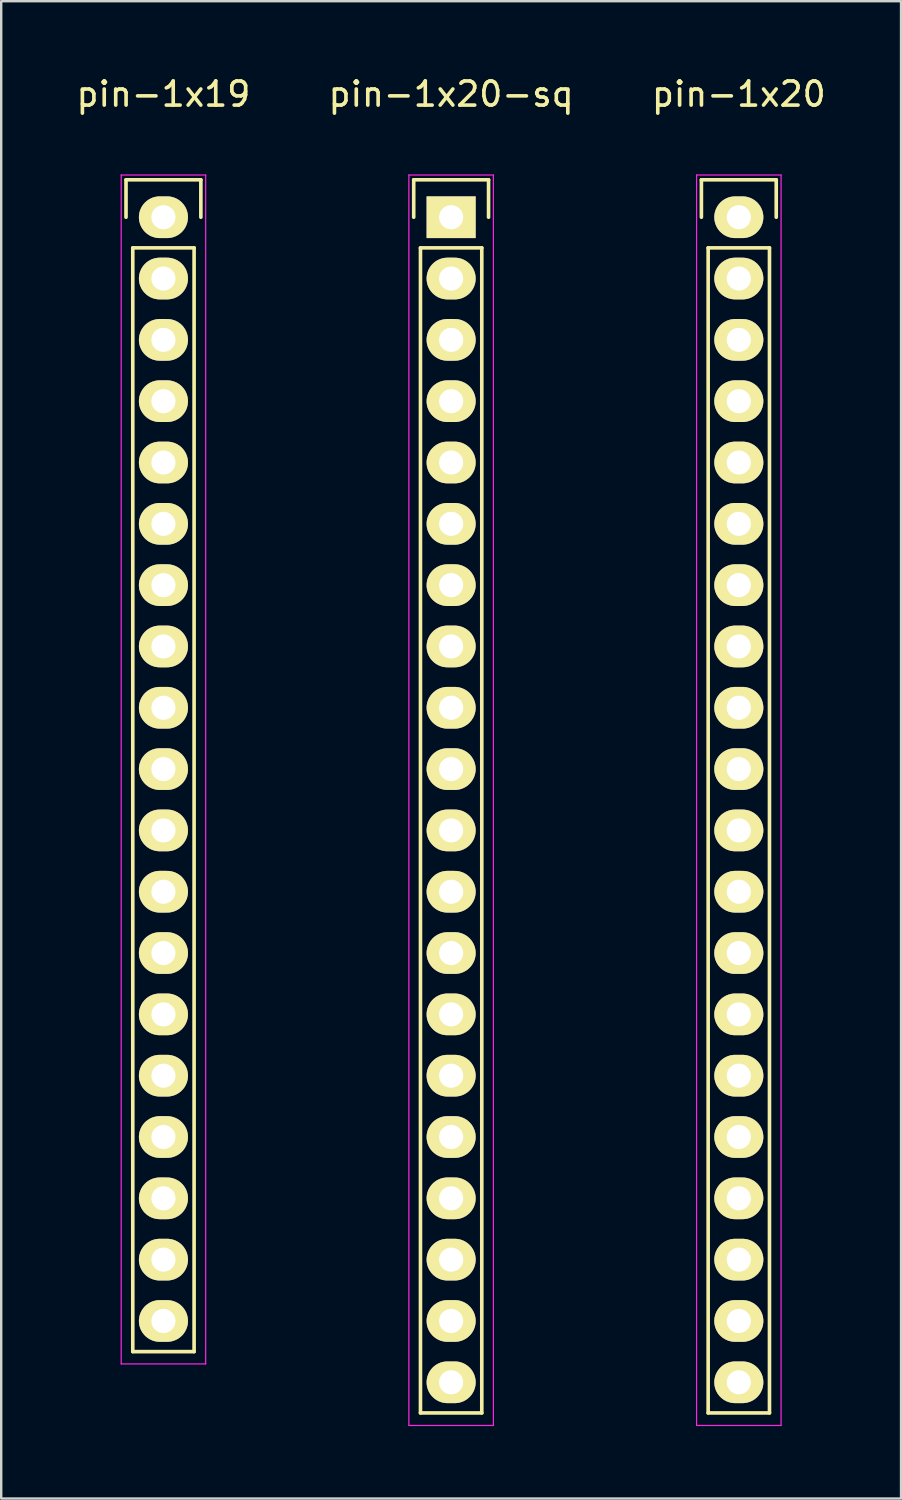
<source format=kicad_pcb>
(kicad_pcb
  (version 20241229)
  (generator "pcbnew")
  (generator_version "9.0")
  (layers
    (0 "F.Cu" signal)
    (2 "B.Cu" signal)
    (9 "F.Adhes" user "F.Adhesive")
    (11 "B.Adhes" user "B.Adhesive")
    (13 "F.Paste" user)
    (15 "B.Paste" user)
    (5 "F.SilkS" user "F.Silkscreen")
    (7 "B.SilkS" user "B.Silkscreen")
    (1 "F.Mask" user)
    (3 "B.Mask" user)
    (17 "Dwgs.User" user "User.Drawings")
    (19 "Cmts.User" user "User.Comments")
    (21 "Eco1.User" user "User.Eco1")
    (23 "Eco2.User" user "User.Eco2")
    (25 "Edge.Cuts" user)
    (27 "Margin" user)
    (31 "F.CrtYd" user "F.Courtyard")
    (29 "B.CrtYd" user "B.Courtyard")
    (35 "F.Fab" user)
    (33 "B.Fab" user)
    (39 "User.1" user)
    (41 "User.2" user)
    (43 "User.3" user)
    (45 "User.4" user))
  (footprint "pin-1x19"
    (layer "F.Cu")
    (at 3.72 5.948)
    (property "Reference" "pin-1x19" (at 0 -5.1 0) (layer "F.SilkS") (effects (font (size 1 1) (thickness 0.15))))
    (attr through_hole)
    (fp_line (start -1.55 -1.55) (end 1.55 -1.55) (stroke (width 0.15) (type solid)) (layer "F.SilkS"))
    (fp_line (start -1.55 0) (end -1.55 -1.55) (stroke (width 0.15) (type solid)) (layer "F.SilkS"))
    (fp_line (start -1.27 46.99) (end -1.27 1.27) (stroke (width 0.15) (type solid)) (layer "F.SilkS"))
    (fp_line (start 1.27 1.27) (end -1.27 1.27) (stroke (width 0.15) (type solid)) (layer "F.SilkS"))
    (fp_line (start 1.27 1.27) (end 1.27 46.99) (stroke (width 0.15) (type solid)) (layer "F.SilkS"))
    (fp_line (start 1.27 46.99) (end -1.27 46.99) (stroke (width 0.15) (type solid)) (layer "F.SilkS"))
    (fp_line (start 1.55 -1.55) (end 1.55 0) (stroke (width 0.15) (type solid)) (layer "F.SilkS"))
    (fp_line (start -1.75 -1.75) (end -1.75 47.5) (stroke (width 0.05) (type solid)) (layer "F.CrtYd"))
    (fp_line (start -1.75 -1.75) (end 1.75 -1.75) (stroke (width 0.05) (type solid)) (layer "F.CrtYd"))
    (fp_line (start -1.75 47.5) (end 1.75 47.5) (stroke (width 0.05) (type solid)) (layer "F.CrtYd"))
    (fp_line (start 1.75 -1.75) (end 1.75 47.5) (stroke (width 0.05) (type solid)) (layer "F.CrtYd"))
    (pad "1" thru_hole oval (at 0 0) (size 2.032 1.727) (drill 1) (layers "*.Cu" "*.Mask" "F.SilkS"))
    (pad "2" thru_hole oval (at 0 2.54) (size 2.032 1.727) (drill 1) (layers "*.Cu" "*.Mask" "F.SilkS"))
    (pad "3" thru_hole oval (at 0 5.08) (size 2.032 1.727) (drill 1) (layers "*.Cu" "*.Mask" "F.SilkS"))
    (pad "4" thru_hole oval (at 0 7.62) (size 2.032 1.727) (drill 1) (layers "*.Cu" "*.Mask" "F.SilkS"))
    (pad "5" thru_hole oval (at 0 10.16) (size 2.032 1.727) (drill 1) (layers "*.Cu" "*.Mask" "F.SilkS"))
    (pad "6" thru_hole oval (at 0 12.7) (size 2.032 1.727) (drill 1) (layers "*.Cu" "*.Mask" "F.SilkS"))
    (pad "7" thru_hole oval (at 0 15.24) (size 2.032 1.727) (drill 1) (layers "*.Cu" "*.Mask" "F.SilkS"))
    (pad "8" thru_hole oval (at 0 17.78) (size 2.032 1.727) (drill 1) (layers "*.Cu" "*.Mask" "F.SilkS"))
    (pad "9" thru_hole oval (at 0 20.32) (size 2.032 1.727) (drill 1) (layers "*.Cu" "*.Mask" "F.SilkS"))
    (pad "10" thru_hole oval (at 0 22.86) (size 2.032 1.727) (drill 1) (layers "*.Cu" "*.Mask" "F.SilkS"))
    (pad "11" thru_hole oval (at 0 25.4) (size 2.032 1.727) (drill 1) (layers "*.Cu" "*.Mask" "F.SilkS"))
    (pad "12" thru_hole oval (at 0 27.94) (size 2.032 1.727) (drill 1) (layers "*.Cu" "*.Mask" "F.SilkS"))
    (pad "13" thru_hole oval (at 0 30.48) (size 2.032 1.727) (drill 1) (layers "*.Cu" "*.Mask" "F.SilkS"))
    (pad "14" thru_hole oval (at 0 33.02) (size 2.032 1.727) (drill 1) (layers "*.Cu" "*.Mask" "F.SilkS"))
    (pad "15" thru_hole oval (at 0 35.56) (size 2.032 1.727) (drill 1) (layers "*.Cu" "*.Mask" "F.SilkS"))
    (pad "16" thru_hole oval (at 0 38.1) (size 2.032 1.727) (drill 1) (layers "*.Cu" "*.Mask" "F.SilkS"))
    (pad "17" thru_hole oval (at 0 40.64) (size 2.032 1.727) (drill 1) (layers "*.Cu" "*.Mask" "F.SilkS"))
    (pad "18" thru_hole oval (at 0 43.18) (size 2.032 1.727) (drill 1) (layers "*.Cu" "*.Mask" "F.SilkS"))
    (pad "19" thru_hole oval (at 0 45.72) (size 2.032 1.727) (drill 1) (layers "*.Cu" "*.Mask" "F.SilkS")))
  (footprint "pin-1x20-sq"
    (layer "F.Cu")
    (at 15.637 5.948)
    (property "Reference" "pin-1x20-sq" (at 0 -5.1 0) (layer "F.SilkS") (effects (font (size 1 1) (thickness 0.15))))
    (attr through_hole)
    (fp_line (start -1.55 -1.55) (end 1.55 -1.55) (stroke (width 0.15) (type solid)) (layer "F.SilkS"))
    (fp_line (start -1.55 0) (end -1.55 -1.55) (stroke (width 0.15) (type solid)) (layer "F.SilkS"))
    (fp_line (start -1.27 49.53) (end -1.27 1.27) (stroke (width 0.15) (type solid)) (layer "F.SilkS"))
    (fp_line (start 1.27 1.27) (end -1.27 1.27) (stroke (width 0.15) (type solid)) (layer "F.SilkS"))
    (fp_line (start 1.27 1.27) (end 1.27 49.53) (stroke (width 0.15) (type solid)) (layer "F.SilkS"))
    (fp_line (start 1.27 49.53) (end -1.27 49.53) (stroke (width 0.15) (type solid)) (layer "F.SilkS"))
    (fp_line (start 1.55 -1.55) (end 1.55 0) (stroke (width 0.15) (type solid)) (layer "F.SilkS"))
    (fp_line (start -1.75 -1.75) (end -1.75 50.05) (stroke (width 0.05) (type solid)) (layer "F.CrtYd"))
    (fp_line (start -1.75 -1.75) (end 1.75 -1.75) (stroke (width 0.05) (type solid)) (layer "F.CrtYd"))
    (fp_line (start -1.75 50.05) (end 1.75 50.05) (stroke (width 0.05) (type solid)) (layer "F.CrtYd"))
    (fp_line (start 1.75 -1.75) (end 1.75 50.05) (stroke (width 0.05) (type solid)) (layer "F.CrtYd"))
    (pad "1" thru_hole rect (at 0 0) (size 2.032 1.727) (drill 1) (layers "*.Cu" "*.Mask" "F.SilkS"))
    (pad "2" thru_hole oval (at 0 2.54) (size 2.032 1.727) (drill 1) (layers "*.Cu" "*.Mask" "F.SilkS"))
    (pad "3" thru_hole oval (at 0 5.08) (size 2.032 1.727) (drill 1) (layers "*.Cu" "*.Mask" "F.SilkS"))
    (pad "4" thru_hole oval (at 0 7.62) (size 2.032 1.727) (drill 1) (layers "*.Cu" "*.Mask" "F.SilkS"))
    (pad "5" thru_hole oval (at 0 10.16) (size 2.032 1.727) (drill 1) (layers "*.Cu" "*.Mask" "F.SilkS"))
    (pad "6" thru_hole oval (at 0 12.7) (size 2.032 1.727) (drill 1) (layers "*.Cu" "*.Mask" "F.SilkS"))
    (pad "7" thru_hole oval (at 0 15.24) (size 2.032 1.727) (drill 1) (layers "*.Cu" "*.Mask" "F.SilkS"))
    (pad "8" thru_hole oval (at 0 17.78) (size 2.032 1.727) (drill 1) (layers "*.Cu" "*.Mask" "F.SilkS"))
    (pad "9" thru_hole oval (at 0 20.32) (size 2.032 1.727) (drill 1) (layers "*.Cu" "*.Mask" "F.SilkS"))
    (pad "10" thru_hole oval (at 0 22.86) (size 2.032 1.727) (drill 1) (layers "*.Cu" "*.Mask" "F.SilkS"))
    (pad "11" thru_hole oval (at 0 25.4) (size 2.032 1.727) (drill 1) (layers "*.Cu" "*.Mask" "F.SilkS"))
    (pad "12" thru_hole oval (at 0 27.94) (size 2.032 1.727) (drill 1) (layers "*.Cu" "*.Mask" "F.SilkS"))
    (pad "13" thru_hole oval (at 0 30.48) (size 2.032 1.727) (drill 1) (layers "*.Cu" "*.Mask" "F.SilkS"))
    (pad "14" thru_hole oval (at 0 33.02) (size 2.032 1.727) (drill 1) (layers "*.Cu" "*.Mask" "F.SilkS"))
    (pad "15" thru_hole oval (at 0 35.56) (size 2.032 1.727) (drill 1) (layers "*.Cu" "*.Mask" "F.SilkS"))
    (pad "16" thru_hole oval (at 0 38.1) (size 2.032 1.727) (drill 1) (layers "*.Cu" "*.Mask" "F.SilkS"))
    (pad "17" thru_hole oval (at 0 40.64) (size 2.032 1.727) (drill 1) (layers "*.Cu" "*.Mask" "F.SilkS"))
    (pad "18" thru_hole oval (at 0 43.18) (size 2.032 1.727) (drill 1) (layers "*.Cu" "*.Mask" "F.SilkS"))
    (pad "19" thru_hole oval (at 0 45.72) (size 2.032 1.727) (drill 1) (layers "*.Cu" "*.Mask" "F.SilkS"))
    (pad "20" thru_hole oval (at 0 48.26) (size 2.032 1.727) (drill 1) (layers "*.Cu" "*.Mask" "F.SilkS")))
  (footprint "pin-1x20"
    (layer "F.Cu")
    (at 27.554 5.948)
    (property "Reference" "pin-1x20" (at 0 -5.1 0) (layer "F.SilkS") (effects (font (size 1 1) (thickness 0.15))))
    (attr through_hole)
    (fp_line (start -1.55 -1.55) (end 1.55 -1.55) (stroke (width 0.15) (type solid)) (layer "F.SilkS"))
    (fp_line (start -1.55 0) (end -1.55 -1.55) (stroke (width 0.15) (type solid)) (layer "F.SilkS"))
    (fp_line (start -1.27 49.53) (end -1.27 1.27) (stroke (width 0.15) (type solid)) (layer "F.SilkS"))
    (fp_line (start 1.27 1.27) (end -1.27 1.27) (stroke (width 0.15) (type solid)) (layer "F.SilkS"))
    (fp_line (start 1.27 1.27) (end 1.27 49.53) (stroke (width 0.15) (type solid)) (layer "F.SilkS"))
    (fp_line (start 1.27 49.53) (end -1.27 49.53) (stroke (width 0.15) (type solid)) (layer "F.SilkS"))
    (fp_line (start 1.55 -1.55) (end 1.55 0) (stroke (width 0.15) (type solid)) (layer "F.SilkS"))
    (fp_line (start -1.75 -1.75) (end -1.75 50.05) (stroke (width 0.05) (type solid)) (layer "F.CrtYd"))
    (fp_line (start -1.75 -1.75) (end 1.75 -1.75) (stroke (width 0.05) (type solid)) (layer "F.CrtYd"))
    (fp_line (start -1.75 50.05) (end 1.75 50.05) (stroke (width 0.05) (type solid)) (layer "F.CrtYd"))
    (fp_line (start 1.75 -1.75) (end 1.75 50.05) (stroke (width 0.05) (type solid)) (layer "F.CrtYd"))
    (pad "1" thru_hole oval (at 0 0) (size 2.032 1.727) (drill 1) (layers "*.Cu" "*.Mask" "F.SilkS"))
    (pad "2" thru_hole oval (at 0 2.54) (size 2.032 1.727) (drill 1) (layers "*.Cu" "*.Mask" "F.SilkS"))
    (pad "3" thru_hole oval (at 0 5.08) (size 2.032 1.727) (drill 1) (layers "*.Cu" "*.Mask" "F.SilkS"))
    (pad "4" thru_hole oval (at 0 7.62) (size 2.032 1.727) (drill 1) (layers "*.Cu" "*.Mask" "F.SilkS"))
    (pad "5" thru_hole oval (at 0 10.16) (size 2.032 1.727) (drill 1) (layers "*.Cu" "*.Mask" "F.SilkS"))
    (pad "6" thru_hole oval (at 0 12.7) (size 2.032 1.727) (drill 1) (layers "*.Cu" "*.Mask" "F.SilkS"))
    (pad "7" thru_hole oval (at 0 15.24) (size 2.032 1.727) (drill 1) (layers "*.Cu" "*.Mask" "F.SilkS"))
    (pad "8" thru_hole oval (at 0 17.78) (size 2.032 1.727) (drill 1) (layers "*.Cu" "*.Mask" "F.SilkS"))
    (pad "9" thru_hole oval (at 0 20.32) (size 2.032 1.727) (drill 1) (layers "*.Cu" "*.Mask" "F.SilkS"))
    (pad "10" thru_hole oval (at 0 22.86) (size 2.032 1.727) (drill 1) (layers "*.Cu" "*.Mask" "F.SilkS"))
    (pad "11" thru_hole oval (at 0 25.4) (size 2.032 1.727) (drill 1) (layers "*.Cu" "*.Mask" "F.SilkS"))
    (pad "12" thru_hole oval (at 0 27.94) (size 2.032 1.727) (drill 1) (layers "*.Cu" "*.Mask" "F.SilkS"))
    (pad "13" thru_hole oval (at 0 30.48) (size 2.032 1.727) (drill 1) (layers "*.Cu" "*.Mask" "F.SilkS"))
    (pad "14" thru_hole oval (at 0 33.02) (size 2.032 1.727) (drill 1) (layers "*.Cu" "*.Mask" "F.SilkS"))
    (pad "15" thru_hole oval (at 0 35.56) (size 2.032 1.727) (drill 1) (layers "*.Cu" "*.Mask" "F.SilkS"))
    (pad "16" thru_hole oval (at 0 38.1) (size 2.032 1.727) (drill 1) (layers "*.Cu" "*.Mask" "F.SilkS"))
    (pad "17" thru_hole oval (at 0 40.64) (size 2.032 1.727) (drill 1) (layers "*.Cu" "*.Mask" "F.SilkS"))
    (pad "18" thru_hole oval (at 0 43.18) (size 2.032 1.727) (drill 1) (layers "*.Cu" "*.Mask" "F.SilkS"))
    (pad "19" thru_hole oval (at 0 45.72) (size 2.032 1.727) (drill 1) (layers "*.Cu" "*.Mask" "F.SilkS"))
    (pad "20" thru_hole oval (at 0 48.26) (size 2.032 1.727) (drill 1) (layers "*.Cu" "*.Mask" "F.SilkS")))
  (gr_rect
    (start -3 -3)
    (end 34.274 59.023)
    (stroke (width 0.1) (type default))
    (fill no)
    (layer "Edge.Cuts")))
</source>
